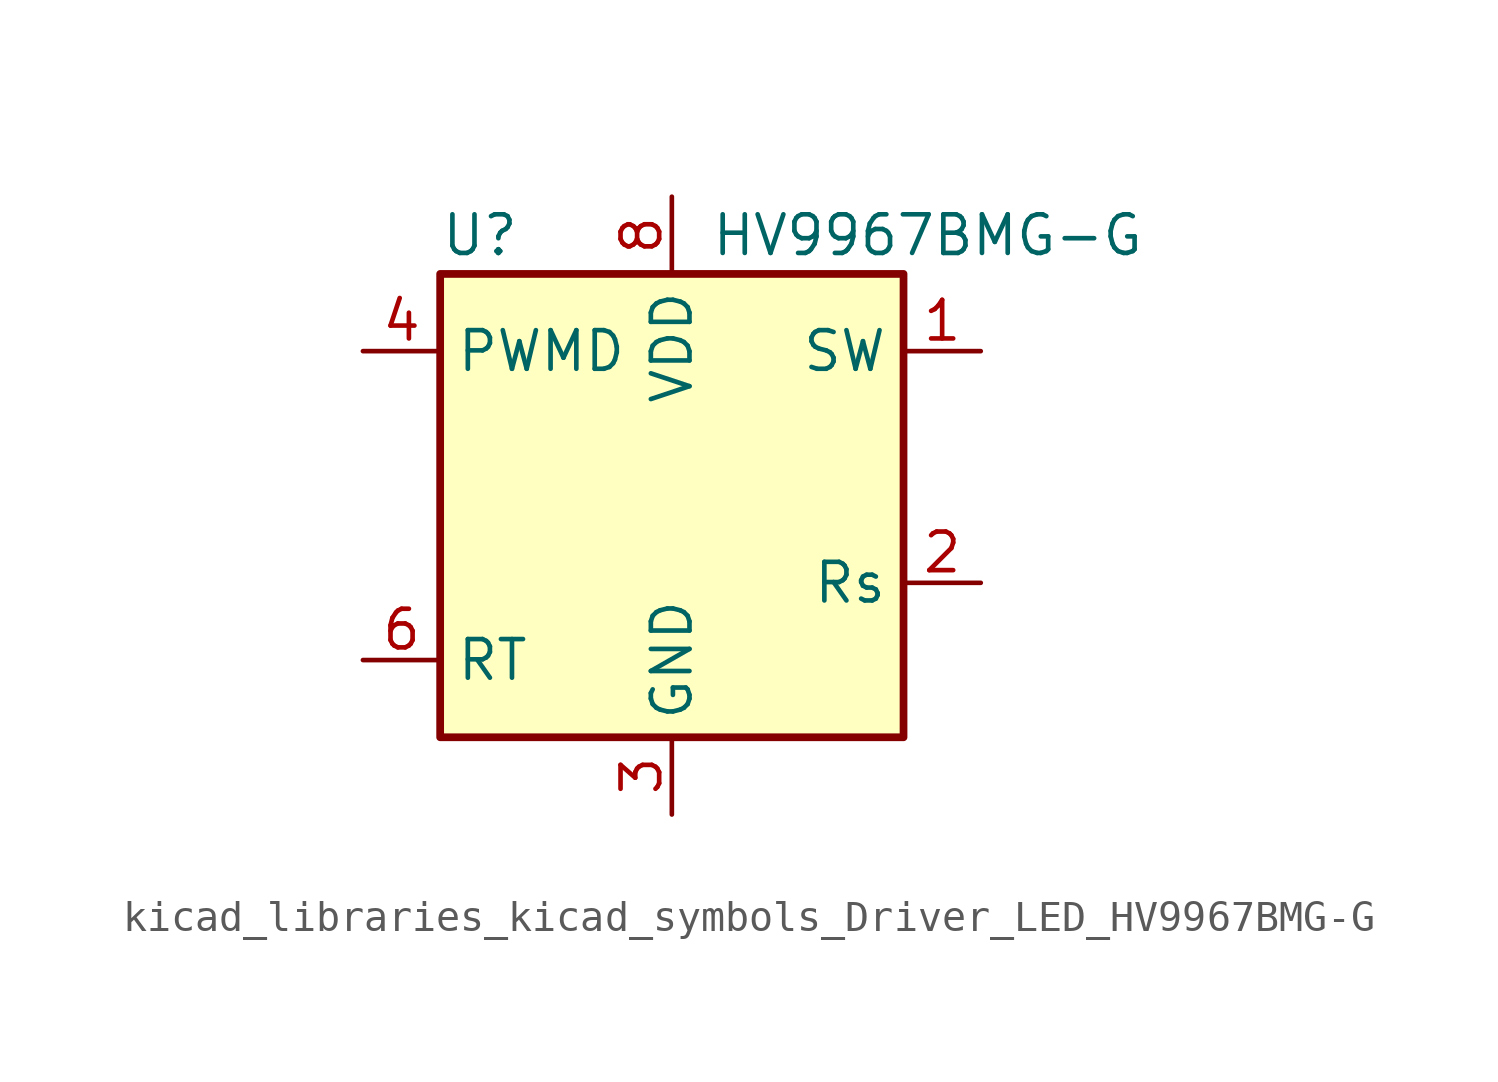
<source format=kicad_sym>
(kicad_symbol_lib
  (version 20220914)
  (generator kicad_symbol_editor)
  (symbol "kicad_libraries_kicad_symbols_Driver_LED_HV9967BMG-G"
    (property "Reference" "U"
      (at -7.62 8.89 0)
      (effects (font (size 1.27 1.27)) (justify left)))
    (property "Value" "HV9967BMG-G"
      (at 1.27 8.89 0)
      (effects (font (size 1.27 1.27)) (justify left)))
    (symbol "kicad_libraries_kicad_symbols_Driver_LED_HV9967BMG-G_0_1"
      (rectangle (start -7.62 7.62) (end 7.62 -7.62) (stroke (width 0.254) (type default)) (fill (type background))))
    (symbol "kicad_libraries_kicad_symbols_Driver_LED_HV9967BMG-G_1_1"
      (pin output line (at 10.16 5.08 180) (length 2.54) (name "SW" (effects (font (size 1.27 1.27)))) (number "1" (effects (font (size 1.27 1.27)))))
      (pin input line (at 10.16 -2.54 180) (length 2.54) (name "Rs" (effects (font (size 1.27 1.27)))) (number "2" (effects (font (size 1.27 1.27)))))
      (pin power_in line (at 0 -10.16 90) (length 2.54) (name "GND" (effects (font (size 1.27 1.27)))) (number "3" (effects (font (size 1.27 1.27)))))
      (pin output line (at -10.16 5.08 0) (length 2.54) (name "PWMD" (effects (font (size 1.27 1.27)))) (number "4" (effects (font (size 1.27 1.27)))))
      (pin input line (at -10.16 -5.08 0) (length 2.54) (name "RT" (effects (font (size 1.27 1.27)))) (number "6" (effects (font (size 1.27 1.27)))))
      (pin passive line (at 0 -10.16 90) (length 2.54) hide (name "GND" (effects (font (size 1.27 1.27)))) (number "7" (effects (font (size 1.27 1.27)))))
      (pin power_out line (at 0 10.16 270) (length 2.54) (name "VDD" (effects (font (size 1.27 1.27)))) (number "8" (effects (font (size 1.27 1.27))))))))
</source>
